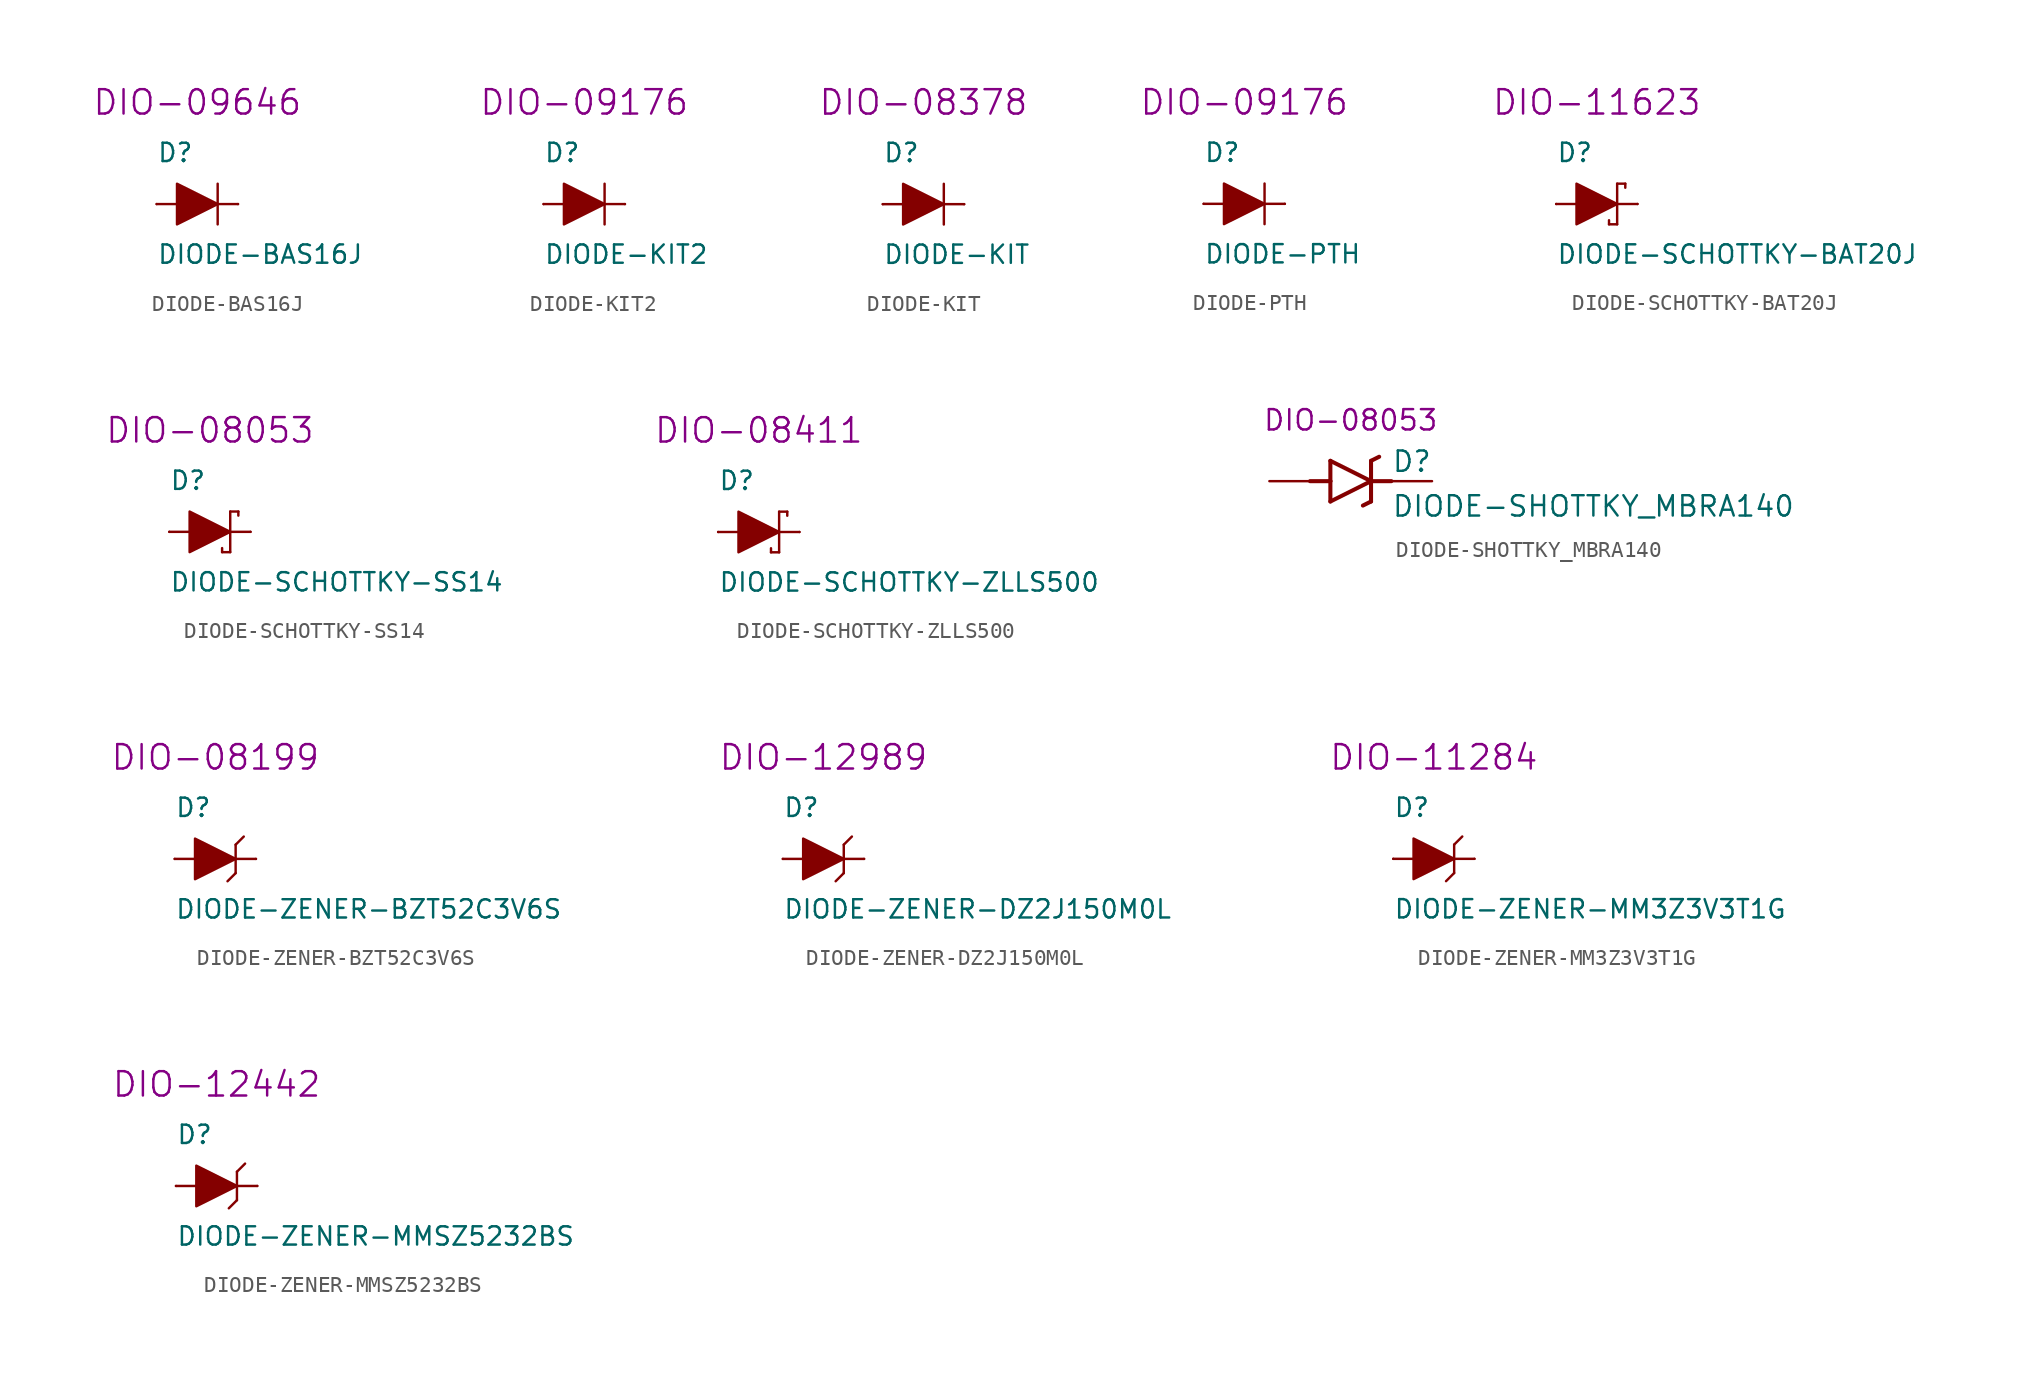
<source format=kicad_sym>
(kicad_symbol_lib
  (version 20220914)
  (generator kicad_symbol_editor)
  (symbol "DIODE-BAS16J"
    (pin_numbers hide)
    (pin_names
      (offset 1.016) hide)
    (property "Reference" "D"
      (at -2.54 2.54 0)
      (effects (font (size 1.143 1.143)) (justify left bottom)))
    (property "Value" "DIODE-BAS16J"
      (at -2.54 -3.81 0)
      (effects (font (size 1.143 1.143)) (justify left bottom)))
    (property "Field4" "DIO-09646"
      (at 0 6.35 0)
      (effects (font (size 1.524 1.524))))
    (property "ki_locked" ""
      (at 0 0 0)
      (effects (font (size 1.27 1.27))))
    (symbol "DIODE-BAS16J_1_0"
      (polyline (pts (xy -2.54 0) (xy -1.27 0)) (stroke (width 0) (type solid)) (fill (type none)))
      (polyline (pts (xy 1.27 0) (xy 1.27 -1.27)) (stroke (width 0) (type solid)) (fill (type none)))
      (polyline (pts (xy 1.27 1.27) (xy 1.27 0)) (stroke (width 0) (type solid)) (fill (type none)))
      (polyline (pts (xy 2.54 0) (xy 1.27 0)) (stroke (width 0) (type solid)) (fill (type none))))
    (symbol "DIODE-BAS16J_1_1"
      (polyline (pts (xy -1.27 1.27) (xy 1.27 0) (xy 1.27 0) (xy -1.27 -1.27) (xy -1.27 -1.27) (xy -1.27 1.27)) (stroke (width 0) (type solid)) (fill (type outline)))
      (pin passive line (at -2.54 0 0) (length 0) (name "A" (effects (font (size 1.016 1.016)))) (number "A" (effects (font (size 1.016 1.016)))))
      (pin passive line (at 2.54 0 180) (length 0) (name "C" (effects (font (size 1.016 1.016)))) (number "C" (effects (font (size 1.016 1.016)))))))
  (symbol "DIODE-KIT2"
    (pin_numbers hide)
    (pin_names
      (offset 1.016) hide)
    (property "Reference" "D"
      (at -2.54 2.54 0)
      (effects (font (size 1.143 1.143)) (justify left bottom)))
    (property "Value" "DIODE-KIT2"
      (at -2.54 -3.81 0)
      (effects (font (size 1.143 1.143)) (justify left bottom)))
    (property "Field4" "DIO-09176"
      (at 0 6.35 0)
      (effects (font (size 1.524 1.524))))
    (property "ki_locked" ""
      (at 0 0 0)
      (effects (font (size 1.27 1.27))))
    (symbol "DIODE-KIT2_1_0"
      (polyline (pts (xy -2.54 0) (xy -1.27 0)) (stroke (width 0) (type solid)) (fill (type none)))
      (polyline (pts (xy 1.27 0) (xy 1.27 -1.27)) (stroke (width 0) (type solid)) (fill (type none)))
      (polyline (pts (xy 1.27 1.27) (xy 1.27 0)) (stroke (width 0) (type solid)) (fill (type none)))
      (polyline (pts (xy 2.54 0) (xy 1.27 0)) (stroke (width 0) (type solid)) (fill (type none))))
    (symbol "DIODE-KIT2_1_1"
      (polyline (pts (xy -1.27 1.27) (xy 1.27 0) (xy 1.27 0) (xy -1.27 -1.27) (xy -1.27 -1.27) (xy -1.27 1.27)) (stroke (width 0) (type solid)) (fill (type outline)))
      (pin passive line (at -2.54 0 0) (length 0) (name "A" (effects (font (size 1.016 1.016)))) (number "A" (effects (font (size 1.016 1.016)))))
      (pin passive line (at 2.54 0 180) (length 0) (name "C" (effects (font (size 1.016 1.016)))) (number "C" (effects (font (size 1.016 1.016)))))))
  (symbol "DIODE-KIT"
    (pin_numbers hide)
    (pin_names
      (offset 1.016) hide)
    (property "Reference" "D"
      (at -2.54 2.54 0)
      (effects (font (size 1.143 1.143)) (justify left bottom)))
    (property "Value" "DIODE-KIT"
      (at -2.54 -3.81 0)
      (effects (font (size 1.143 1.143)) (justify left bottom)))
    (property "Field4" "DIO-08378"
      (at 0 6.35 0)
      (effects (font (size 1.524 1.524))))
    (property "ki_locked" ""
      (at 0 0 0)
      (effects (font (size 1.27 1.27))))
    (symbol "DIODE-KIT_1_0"
      (polyline (pts (xy -2.54 0) (xy -1.27 0)) (stroke (width 0) (type solid)) (fill (type none)))
      (polyline (pts (xy 1.27 0) (xy 1.27 -1.27)) (stroke (width 0) (type solid)) (fill (type none)))
      (polyline (pts (xy 1.27 1.27) (xy 1.27 0)) (stroke (width 0) (type solid)) (fill (type none)))
      (polyline (pts (xy 2.54 0) (xy 1.27 0)) (stroke (width 0) (type solid)) (fill (type none))))
    (symbol "DIODE-KIT_1_1"
      (polyline (pts (xy -1.27 1.27) (xy 1.27 0) (xy 1.27 0) (xy -1.27 -1.27) (xy -1.27 -1.27) (xy -1.27 1.27)) (stroke (width 0) (type solid)) (fill (type outline)))
      (pin passive line (at -2.54 0 0) (length 0) (name "A" (effects (font (size 1.016 1.016)))) (number "A" (effects (font (size 1.016 1.016)))))
      (pin passive line (at 2.54 0 180) (length 0) (name "C" (effects (font (size 1.016 1.016)))) (number "C" (effects (font (size 1.016 1.016)))))))
  (symbol "DIODE-PTH"
    (pin_numbers hide)
    (pin_names
      (offset 1.016) hide)
    (property "Reference" "D"
      (at -2.54 2.54 0)
      (effects (font (size 1.143 1.143)) (justify left bottom)))
    (property "Value" "DIODE-PTH"
      (at -2.54 -3.81 0)
      (effects (font (size 1.143 1.143)) (justify left bottom)))
    (property "Field4" "DIO-09176"
      (at 0 6.35 0)
      (effects (font (size 1.524 1.524))))
    (property "ki_locked" ""
      (at 0 0 0)
      (effects (font (size 1.27 1.27))))
    (symbol "DIODE-PTH_1_0"
      (polyline (pts (xy -2.54 0) (xy -1.27 0)) (stroke (width 0) (type solid)) (fill (type none)))
      (polyline (pts (xy 1.27 0) (xy 1.27 -1.27)) (stroke (width 0) (type solid)) (fill (type none)))
      (polyline (pts (xy 1.27 1.27) (xy 1.27 0)) (stroke (width 0) (type solid)) (fill (type none)))
      (polyline (pts (xy 2.54 0) (xy 1.27 0)) (stroke (width 0) (type solid)) (fill (type none))))
    (symbol "DIODE-PTH_1_1"
      (polyline (pts (xy -1.27 1.27) (xy 1.27 0) (xy 1.27 0) (xy -1.27 -1.27) (xy -1.27 -1.27) (xy -1.27 1.27)) (stroke (width 0) (type solid)) (fill (type outline)))
      (pin passive line (at -2.54 0 0) (length 0) (name "A" (effects (font (size 1.016 1.016)))) (number "A" (effects (font (size 1.016 1.016)))))
      (pin passive line (at 2.54 0 180) (length 0) (name "C" (effects (font (size 1.016 1.016)))) (number "C" (effects (font (size 1.016 1.016)))))))
  (symbol "DIODE-SCHOTTKY-BAT20J"
    (pin_numbers hide)
    (pin_names
      (offset 1.016) hide)
    (property "Reference" "D"
      (at -2.54 2.54 0)
      (effects (font (size 1.143 1.143)) (justify left bottom)))
    (property "Value" "DIODE-SCHOTTKY-BAT20J"
      (at -2.54 -3.81 0)
      (effects (font (size 1.143 1.143)) (justify left bottom)))
    (property "Field4" "DIO-11623"
      (at 0 6.35 0)
      (effects (font (size 1.524 1.524))))
    (property "ki_locked" ""
      (at 0 0 0)
      (effects (font (size 1.27 1.27))))
    (symbol "DIODE-SCHOTTKY-BAT20J_1_0"
      (polyline (pts (xy -2.54 0) (xy -1.27 0)) (stroke (width 0) (type solid)) (fill (type none)))
      (polyline (pts (xy 0.762 -1.27) (xy 0.762 -1.016)) (stroke (width 0) (type solid)) (fill (type none)))
      (polyline (pts (xy 1.27 -1.27) (xy 0.762 -1.27)) (stroke (width 0) (type solid)) (fill (type none)))
      (polyline (pts (xy 1.27 0) (xy 1.27 -1.27)) (stroke (width 0) (type solid)) (fill (type none)))
      (polyline (pts (xy 1.27 1.27) (xy 1.27 0)) (stroke (width 0) (type solid)) (fill (type none)))
      (polyline (pts (xy 1.27 1.27) (xy 1.778 1.27)) (stroke (width 0) (type solid)) (fill (type none)))
      (polyline (pts (xy 1.778 1.27) (xy 1.778 1.016)) (stroke (width 0) (type solid)) (fill (type none)))
      (polyline (pts (xy 2.54 0) (xy 1.27 0)) (stroke (width 0) (type solid)) (fill (type none))))
    (symbol "DIODE-SCHOTTKY-BAT20J_1_1"
      (polyline (pts (xy -1.27 1.27) (xy 1.27 0) (xy 1.27 0) (xy -1.27 -1.27) (xy -1.27 -1.27) (xy -1.27 1.27)) (stroke (width 0) (type solid)) (fill (type outline)))
      (pin passive line (at -2.54 0 0) (length 0) (name "A" (effects (font (size 1.016 1.016)))) (number "A" (effects (font (size 1.016 1.016)))))
      (pin passive line (at 2.54 0 180) (length 0) (name "C" (effects (font (size 1.016 1.016)))) (number "C" (effects (font (size 1.016 1.016)))))))
  (symbol "DIODE-SCHOTTKY-SS14"
    (pin_numbers hide)
    (pin_names
      (offset 1.016) hide)
    (property "Reference" "D"
      (at -2.54 2.54 0)
      (effects (font (size 1.143 1.143)) (justify left bottom)))
    (property "Value" "DIODE-SCHOTTKY-SS14"
      (at -2.54 -3.81 0)
      (effects (font (size 1.143 1.143)) (justify left bottom)))
    (property "Field4" "DIO-08053"
      (at 0 6.35 0)
      (effects (font (size 1.524 1.524))))
    (property "ki_locked" ""
      (at 0 0 0)
      (effects (font (size 1.27 1.27))))
    (symbol "DIODE-SCHOTTKY-SS14_1_0"
      (polyline (pts (xy -2.54 0) (xy -1.27 0)) (stroke (width 0) (type solid)) (fill (type none)))
      (polyline (pts (xy 0.762 -1.27) (xy 0.762 -1.016)) (stroke (width 0) (type solid)) (fill (type none)))
      (polyline (pts (xy 1.27 -1.27) (xy 0.762 -1.27)) (stroke (width 0) (type solid)) (fill (type none)))
      (polyline (pts (xy 1.27 0) (xy 1.27 -1.27)) (stroke (width 0) (type solid)) (fill (type none)))
      (polyline (pts (xy 1.27 1.27) (xy 1.27 0)) (stroke (width 0) (type solid)) (fill (type none)))
      (polyline (pts (xy 1.27 1.27) (xy 1.778 1.27)) (stroke (width 0) (type solid)) (fill (type none)))
      (polyline (pts (xy 1.778 1.27) (xy 1.778 1.016)) (stroke (width 0) (type solid)) (fill (type none)))
      (polyline (pts (xy 2.54 0) (xy 1.27 0)) (stroke (width 0) (type solid)) (fill (type none))))
    (symbol "DIODE-SCHOTTKY-SS14_1_1"
      (polyline (pts (xy -1.27 1.27) (xy 1.27 0) (xy 1.27 0) (xy -1.27 -1.27) (xy -1.27 -1.27) (xy -1.27 1.27)) (stroke (width 0) (type solid)) (fill (type outline)))
      (pin passive line (at -2.54 0 0) (length 0) (name "A" (effects (font (size 1.016 1.016)))) (number "A" (effects (font (size 1.016 1.016)))))
      (pin passive line (at 2.54 0 180) (length 0) (name "C" (effects (font (size 1.016 1.016)))) (number "C" (effects (font (size 1.016 1.016)))))))
  (symbol "DIODE-SCHOTTKY-ZLLS500"
    (pin_numbers hide)
    (pin_names
      (offset 1.016) hide)
    (property "Reference" "D"
      (at -2.54 2.54 0)
      (effects (font (size 1.143 1.143)) (justify left bottom)))
    (property "Value" "DIODE-SCHOTTKY-ZLLS500"
      (at -2.54 -3.81 0)
      (effects (font (size 1.143 1.143)) (justify left bottom)))
    (property "Field4" "DIO-08411"
      (at 0 6.35 0)
      (effects (font (size 1.524 1.524))))
    (property "ki_locked" ""
      (at 0 0 0)
      (effects (font (size 1.27 1.27))))
    (symbol "DIODE-SCHOTTKY-ZLLS500_1_0"
      (polyline (pts (xy -2.54 0) (xy -1.27 0)) (stroke (width 0) (type solid)) (fill (type none)))
      (polyline (pts (xy 0.762 -1.27) (xy 0.762 -1.016)) (stroke (width 0) (type solid)) (fill (type none)))
      (polyline (pts (xy 1.27 -1.27) (xy 0.762 -1.27)) (stroke (width 0) (type solid)) (fill (type none)))
      (polyline (pts (xy 1.27 0) (xy 1.27 -1.27)) (stroke (width 0) (type solid)) (fill (type none)))
      (polyline (pts (xy 1.27 1.27) (xy 1.27 0)) (stroke (width 0) (type solid)) (fill (type none)))
      (polyline (pts (xy 1.27 1.27) (xy 1.778 1.27)) (stroke (width 0) (type solid)) (fill (type none)))
      (polyline (pts (xy 1.778 1.27) (xy 1.778 1.016)) (stroke (width 0) (type solid)) (fill (type none)))
      (polyline (pts (xy 2.54 0) (xy 1.27 0)) (stroke (width 0) (type solid)) (fill (type none))))
    (symbol "DIODE-SCHOTTKY-ZLLS500_1_1"
      (polyline (pts (xy -1.27 1.27) (xy 1.27 0) (xy 1.27 0) (xy -1.27 -1.27) (xy -1.27 -1.27) (xy -1.27 1.27)) (stroke (width 0) (type solid)) (fill (type outline)))
      (pin passive line (at -2.54 0 0) (length 0) (name "A" (effects (font (size 1.016 1.016)))) (number "1" (effects (font (size 1.016 1.016)))))
      (pin passive line (at 2.54 0 180) (length 0) (name "C" (effects (font (size 1.016 1.016)))) (number "3" (effects (font (size 1.016 1.016)))))))
  (symbol "DIODE-SHOTTKY_MBRA140"
    (pin_numbers hide)
    (pin_names
      (offset 1.27) hide)
    (property "Reference" "D"
      (at 2.54 0.483 0)
      (effects (font (size 1.27 1.27)) (justify left bottom)))
    (property "Value" "DIODE-SHOTTKY_MBRA140"
      (at 2.54 -2.311 0)
      (effects (font (size 1.27 1.27)) (justify left bottom)))
    (property "Field4" "DIO-08053"
      (at 0 3.81 0)
      (effects (font (size 1.27 1.27))))
    (symbol "DIODE-SHOTTKY_MBRA140_1_0"
      (polyline (pts (xy -2.54 0) (xy -1.27 0)) (stroke (width 0.254) (type solid)) (fill (type none)))
      (polyline (pts (xy -1.27 -1.27) (xy 1.27 0)) (stroke (width 0.254) (type solid)) (fill (type none)))
      (polyline (pts (xy -1.27 0) (xy -1.27 -1.27)) (stroke (width 0.254) (type solid)) (fill (type none)))
      (polyline (pts (xy -1.27 1.27) (xy -1.27 0)) (stroke (width 0.254) (type solid)) (fill (type none)))
      (polyline (pts (xy 1.27 -1.27) (xy 0.762 -1.524)) (stroke (width 0.254) (type solid)) (fill (type none)))
      (polyline (pts (xy 1.27 0) (xy -1.27 1.27)) (stroke (width 0.254) (type solid)) (fill (type none)))
      (polyline (pts (xy 1.27 0) (xy 1.27 -1.27)) (stroke (width 0.254) (type solid)) (fill (type none)))
      (polyline (pts (xy 1.27 1.27) (xy 1.27 0)) (stroke (width 0.254) (type solid)) (fill (type none)))
      (polyline (pts (xy 1.27 1.27) (xy 1.778 1.524)) (stroke (width 0.254) (type solid)) (fill (type none)))
      (polyline (pts (xy 2.54 0) (xy 1.27 0)) (stroke (width 0.254) (type solid)) (fill (type none))))
    (symbol "DIODE-SHOTTKY_MBRA140_1_1"
      (pin passive line (at -5.08 0 0) (length 2.54) (name "A" (effects (font (size 1.27 1.27)))) (number "A" (effects (font (size 1.27 1.27)))))
      (pin passive line (at 5.08 0 180) (length 2.54) (name "C" (effects (font (size 1.27 1.27)))) (number "C" (effects (font (size 1.27 1.27)))))))
  (symbol "DIODE-ZENER-BZT52C3V6S"
    (pin_numbers hide)
    (pin_names
      (offset 1.016) hide)
    (property "Reference" "D"
      (at -2.54 2.54 0)
      (effects (font (size 1.143 1.143)) (justify left bottom)))
    (property "Value" "DIODE-ZENER-BZT52C3V6S"
      (at -2.54 -3.81 0)
      (effects (font (size 1.143 1.143)) (justify left bottom)))
    (property "Field4" "DIO-08199"
      (at 0 6.35 0)
      (effects (font (size 1.524 1.524))))
    (property "ki_locked" ""
      (at 0 0 0)
      (effects (font (size 1.27 1.27))))
    (symbol "DIODE-ZENER-BZT52C3V6S_1_0"
      (polyline (pts (xy -2.54 0) (xy -1.27 0)) (stroke (width 0) (type solid)) (fill (type none)))
      (polyline (pts (xy 1.27 -0.889) (xy 0.762 -1.397)) (stroke (width 0) (type solid)) (fill (type none)))
      (polyline (pts (xy 1.27 0) (xy 1.27 -0.889)) (stroke (width 0) (type solid)) (fill (type none)))
      (polyline (pts (xy 1.27 0.889) (xy 1.27 0)) (stroke (width 0) (type solid)) (fill (type none)))
      (polyline (pts (xy 1.27 0.889) (xy 1.778 1.397)) (stroke (width 0) (type solid)) (fill (type none)))
      (polyline (pts (xy 2.54 0) (xy 1.27 0)) (stroke (width 0) (type solid)) (fill (type none))))
    (symbol "DIODE-ZENER-BZT52C3V6S_1_1"
      (polyline (pts (xy -1.27 1.27) (xy 1.27 0) (xy 1.27 0) (xy -1.27 -1.27) (xy -1.27 -1.27) (xy -1.27 1.27)) (stroke (width 0) (type solid)) (fill (type outline)))
      (pin passive line (at -2.54 0 0) (length 0) (name "A" (effects (font (size 1.016 1.016)))) (number "A" (effects (font (size 1.016 1.016)))))
      (pin passive line (at 2.54 0 180) (length 0) (name "C" (effects (font (size 1.016 1.016)))) (number "C" (effects (font (size 1.016 1.016)))))))
  (symbol "DIODE-ZENER-DZ2J150M0L"
    (pin_numbers hide)
    (pin_names
      (offset 1.016) hide)
    (property "Reference" "D"
      (at -2.54 2.54 0)
      (effects (font (size 1.143 1.143)) (justify left bottom)))
    (property "Value" "DIODE-ZENER-DZ2J150M0L"
      (at -2.54 -3.81 0)
      (effects (font (size 1.143 1.143)) (justify left bottom)))
    (property "Field4" "DIO-12989"
      (at 0 6.35 0)
      (effects (font (size 1.524 1.524))))
    (property "ki_locked" ""
      (at 0 0 0)
      (effects (font (size 1.27 1.27))))
    (symbol "DIODE-ZENER-DZ2J150M0L_1_0"
      (polyline (pts (xy -2.54 0) (xy -1.27 0)) (stroke (width 0) (type solid)) (fill (type none)))
      (polyline (pts (xy 1.27 -0.889) (xy 0.762 -1.397)) (stroke (width 0) (type solid)) (fill (type none)))
      (polyline (pts (xy 1.27 0) (xy 1.27 -0.889)) (stroke (width 0) (type solid)) (fill (type none)))
      (polyline (pts (xy 1.27 0.889) (xy 1.27 0)) (stroke (width 0) (type solid)) (fill (type none)))
      (polyline (pts (xy 1.27 0.889) (xy 1.778 1.397)) (stroke (width 0) (type solid)) (fill (type none)))
      (polyline (pts (xy 2.54 0) (xy 1.27 0)) (stroke (width 0) (type solid)) (fill (type none))))
    (symbol "DIODE-ZENER-DZ2J150M0L_1_1"
      (polyline (pts (xy -1.27 1.27) (xy 1.27 0) (xy 1.27 0) (xy -1.27 -1.27) (xy -1.27 -1.27) (xy -1.27 1.27)) (stroke (width 0) (type solid)) (fill (type outline)))
      (pin passive line (at -2.54 0 0) (length 0) (name "A" (effects (font (size 1.016 1.016)))) (number "A" (effects (font (size 1.016 1.016)))))
      (pin passive line (at 2.54 0 180) (length 0) (name "C" (effects (font (size 1.016 1.016)))) (number "C" (effects (font (size 1.016 1.016)))))))
  (symbol "DIODE-ZENER-MM3Z3V3T1G"
    (pin_numbers hide)
    (pin_names
      (offset 1.016) hide)
    (property "Reference" "D"
      (at -2.54 2.54 0)
      (effects (font (size 1.143 1.143)) (justify left bottom)))
    (property "Value" "DIODE-ZENER-MM3Z3V3T1G"
      (at -2.54 -3.81 0)
      (effects (font (size 1.143 1.143)) (justify left bottom)))
    (property "Field4" "DIO-11284"
      (at 0 6.35 0)
      (effects (font (size 1.524 1.524))))
    (property "ki_locked" ""
      (at 0 0 0)
      (effects (font (size 1.27 1.27))))
    (symbol "DIODE-ZENER-MM3Z3V3T1G_1_0"
      (polyline (pts (xy -2.54 0) (xy -1.27 0)) (stroke (width 0) (type solid)) (fill (type none)))
      (polyline (pts (xy 1.27 -0.889) (xy 0.762 -1.397)) (stroke (width 0) (type solid)) (fill (type none)))
      (polyline (pts (xy 1.27 0) (xy 1.27 -0.889)) (stroke (width 0) (type solid)) (fill (type none)))
      (polyline (pts (xy 1.27 0.889) (xy 1.27 0)) (stroke (width 0) (type solid)) (fill (type none)))
      (polyline (pts (xy 1.27 0.889) (xy 1.778 1.397)) (stroke (width 0) (type solid)) (fill (type none)))
      (polyline (pts (xy 2.54 0) (xy 1.27 0)) (stroke (width 0) (type solid)) (fill (type none))))
    (symbol "DIODE-ZENER-MM3Z3V3T1G_1_1"
      (polyline (pts (xy -1.27 1.27) (xy 1.27 0) (xy 1.27 0) (xy -1.27 -1.27) (xy -1.27 -1.27) (xy -1.27 1.27)) (stroke (width 0) (type solid)) (fill (type outline)))
      (pin passive line (at -2.54 0 0) (length 0) (name "A" (effects (font (size 1.016 1.016)))) (number "A" (effects (font (size 1.016 1.016)))))
      (pin passive line (at 2.54 0 180) (length 0) (name "C" (effects (font (size 1.016 1.016)))) (number "C" (effects (font (size 1.016 1.016)))))))
  (symbol "DIODE-ZENER-MMSZ5232BS"
    (pin_numbers hide)
    (pin_names
      (offset 1.016) hide)
    (property "Reference" "D"
      (at -2.54 2.54 0)
      (effects (font (size 1.143 1.143)) (justify left bottom)))
    (property "Value" "DIODE-ZENER-MMSZ5232BS"
      (at -2.54 -3.81 0)
      (effects (font (size 1.143 1.143)) (justify left bottom)))
    (property "Field4" "DIO-12442"
      (at 0 6.35 0)
      (effects (font (size 1.524 1.524))))
    (property "ki_locked" ""
      (at 0 0 0)
      (effects (font (size 1.27 1.27))))
    (symbol "DIODE-ZENER-MMSZ5232BS_1_0"
      (polyline (pts (xy -2.54 0) (xy -1.27 0)) (stroke (width 0) (type solid)) (fill (type none)))
      (polyline (pts (xy 1.27 -0.889) (xy 0.762 -1.397)) (stroke (width 0) (type solid)) (fill (type none)))
      (polyline (pts (xy 1.27 0) (xy 1.27 -0.889)) (stroke (width 0) (type solid)) (fill (type none)))
      (polyline (pts (xy 1.27 0.889) (xy 1.27 0)) (stroke (width 0) (type solid)) (fill (type none)))
      (polyline (pts (xy 1.27 0.889) (xy 1.778 1.397)) (stroke (width 0) (type solid)) (fill (type none)))
      (polyline (pts (xy 2.54 0) (xy 1.27 0)) (stroke (width 0) (type solid)) (fill (type none))))
    (symbol "DIODE-ZENER-MMSZ5232BS_1_1"
      (polyline (pts (xy -1.27 1.27) (xy 1.27 0) (xy 1.27 0) (xy -1.27 -1.27) (xy -1.27 -1.27) (xy -1.27 1.27)) (stroke (width 0) (type solid)) (fill (type outline)))
      (pin passive line (at -2.54 0 0) (length 0) (name "A" (effects (font (size 1.016 1.016)))) (number "A" (effects (font (size 1.016 1.016)))))
      (pin passive line (at 2.54 0 180) (length 0) (name "C" (effects (font (size 1.016 1.016)))) (number "C" (effects (font (size 1.016 1.016))))))))
</source>
